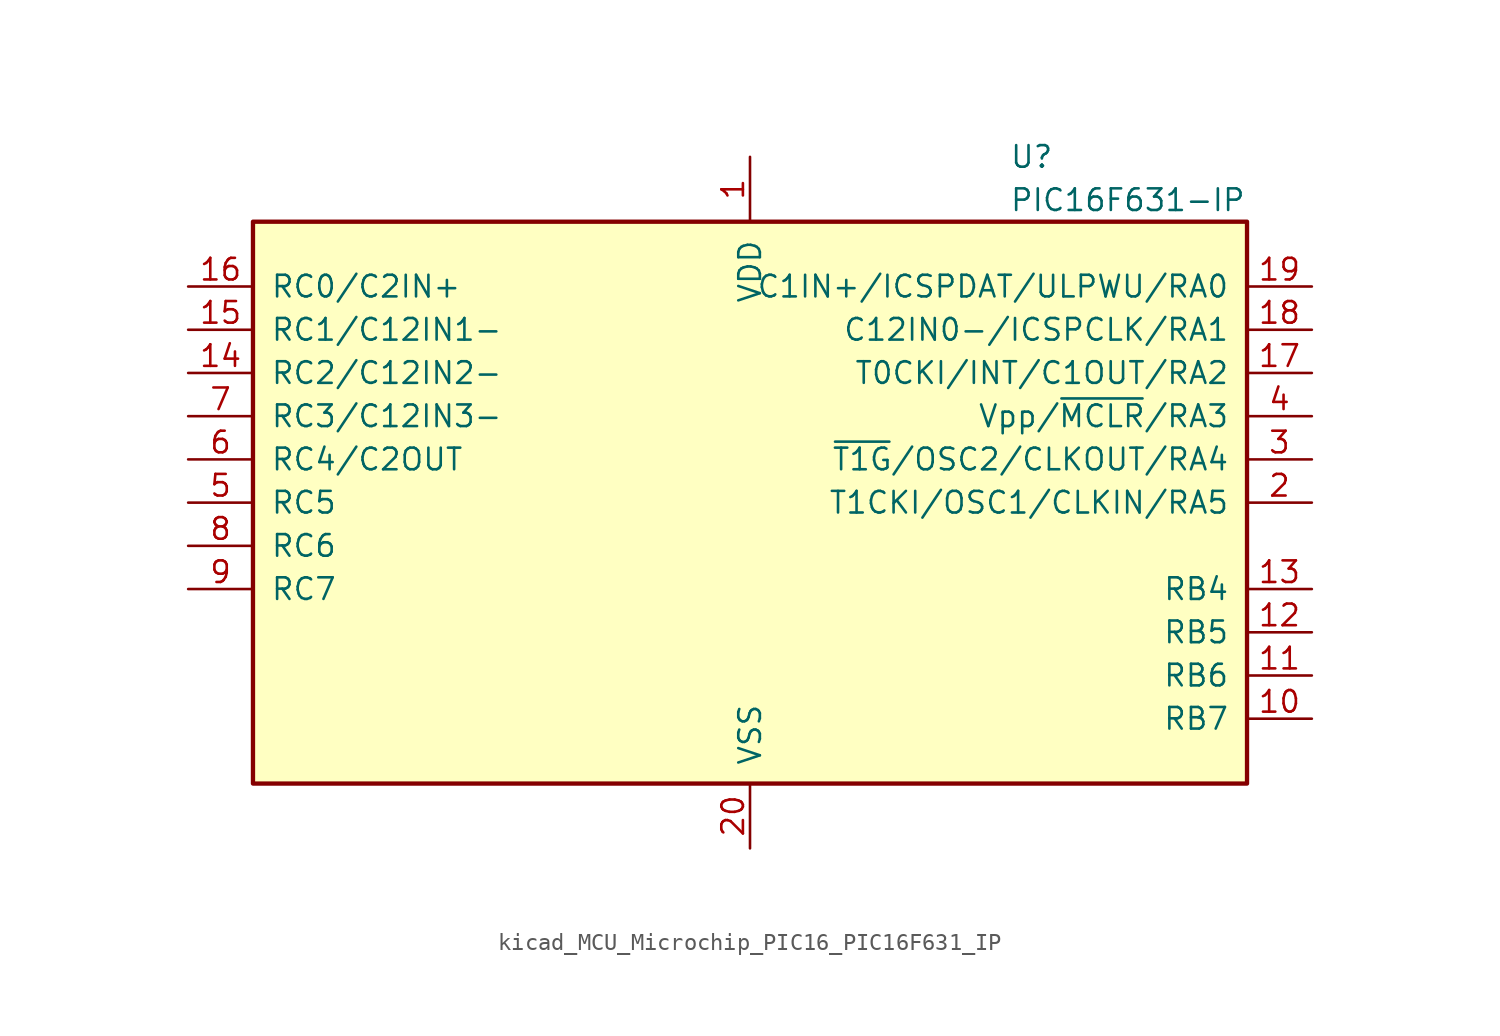
<source format=kicad_sym>
(kicad_symbol_lib
  (version 20220914)
  (generator kicad_symbol_editor)
  (symbol "kicad_MCU_Microchip_PIC16_PIC16F631_IP"
    (pin_names
      (offset 1.016))
    (property "Reference" "U"
      (at 15.24 20.32 0)
      (effects (font (size 1.27 1.27)) (justify left)))
    (property "Value" "PIC16F631-IP"
      (at 15.24 17.78 0)
      (effects (font (size 1.27 1.27)) (justify left)))
    (symbol "kicad_MCU_Microchip_PIC16_PIC16F631_IP_0_1"
      (rectangle (start -29.21 16.51) (end 29.21 -16.51) (stroke (width 0.254) (type default)) (fill (type background))))
    (symbol "kicad_MCU_Microchip_PIC16_PIC16F631_IP_1_1"
      (pin power_in line (at 0 20.32 270) (length 3.81) (name "VDD" (effects (font (size 1.27 1.27)))) (number "1" (effects (font (size 1.27 1.27)))))
      (pin bidirectional line (at 33.02 -12.7 180) (length 3.81) (name "RB7" (effects (font (size 1.27 1.27)))) (number "10" (effects (font (size 1.27 1.27)))))
      (pin bidirectional line (at 33.02 -10.16 180) (length 3.81) (name "RB6" (effects (font (size 1.27 1.27)))) (number "11" (effects (font (size 1.27 1.27)))))
      (pin bidirectional line (at 33.02 -7.62 180) (length 3.81) (name "RB5" (effects (font (size 1.27 1.27)))) (number "12" (effects (font (size 1.27 1.27)))))
      (pin bidirectional line (at 33.02 -5.08 180) (length 3.81) (name "RB4" (effects (font (size 1.27 1.27)))) (number "13" (effects (font (size 1.27 1.27)))))
      (pin bidirectional line (at -33.02 7.62 0) (length 3.81) (name "RC2/C12IN2-" (effects (font (size 1.27 1.27)))) (number "14" (effects (font (size 1.27 1.27)))))
      (pin bidirectional line (at -33.02 10.16 0) (length 3.81) (name "RC1/C12IN1-" (effects (font (size 1.27 1.27)))) (number "15" (effects (font (size 1.27 1.27)))))
      (pin bidirectional line (at -33.02 12.7 0) (length 3.81) (name "RC0/C2IN+" (effects (font (size 1.27 1.27)))) (number "16" (effects (font (size 1.27 1.27)))))
      (pin bidirectional line (at 33.02 7.62 180) (length 3.81) (name "T0CKI/INT/C1OUT/RA2" (effects (font (size 1.27 1.27)))) (number "17" (effects (font (size 1.27 1.27)))))
      (pin bidirectional line (at 33.02 10.16 180) (length 3.81) (name "C12IN0-/ICSPCLK/RA1" (effects (font (size 1.27 1.27)))) (number "18" (effects (font (size 1.27 1.27)))))
      (pin bidirectional line (at 33.02 12.7 180) (length 3.81) (name "C1IN+/ICSPDAT/ULPWU/RA0" (effects (font (size 1.27 1.27)))) (number "19" (effects (font (size 1.27 1.27)))))
      (pin bidirectional line (at 33.02 0 180) (length 3.81) (name "T1CKI/OSC1/CLKIN/RA5" (effects (font (size 1.27 1.27)))) (number "2" (effects (font (size 1.27 1.27)))))
      (pin power_in line (at 0 -20.32 90) (length 3.81) (name "VSS" (effects (font (size 1.27 1.27)))) (number "20" (effects (font (size 1.27 1.27)))))
      (pin bidirectional line (at 33.02 2.54 180) (length 3.81) (name "~{T1G}/OSC2/CLKOUT/RA4" (effects (font (size 1.27 1.27)))) (number "3" (effects (font (size 1.27 1.27)))))
      (pin input line (at 33.02 5.08 180) (length 3.81) (name "Vpp/~{MCLR}/RA3" (effects (font (size 1.27 1.27)))) (number "4" (effects (font (size 1.27 1.27)))))
      (pin bidirectional line (at -33.02 0 0) (length 3.81) (name "RC5" (effects (font (size 1.27 1.27)))) (number "5" (effects (font (size 1.27 1.27)))))
      (pin bidirectional line (at -33.02 2.54 0) (length 3.81) (name "RC4/C2OUT" (effects (font (size 1.27 1.27)))) (number "6" (effects (font (size 1.27 1.27)))))
      (pin bidirectional line (at -33.02 5.08 0) (length 3.81) (name "RC3/C12IN3-" (effects (font (size 1.27 1.27)))) (number "7" (effects (font (size 1.27 1.27)))))
      (pin bidirectional line (at -33.02 -2.54 0) (length 3.81) (name "RC6" (effects (font (size 1.27 1.27)))) (number "8" (effects (font (size 1.27 1.27)))))
      (pin bidirectional line (at -33.02 -5.08 0) (length 3.81) (name "RC7" (effects (font (size 1.27 1.27)))) (number "9" (effects (font (size 1.27 1.27))))))))
</source>
